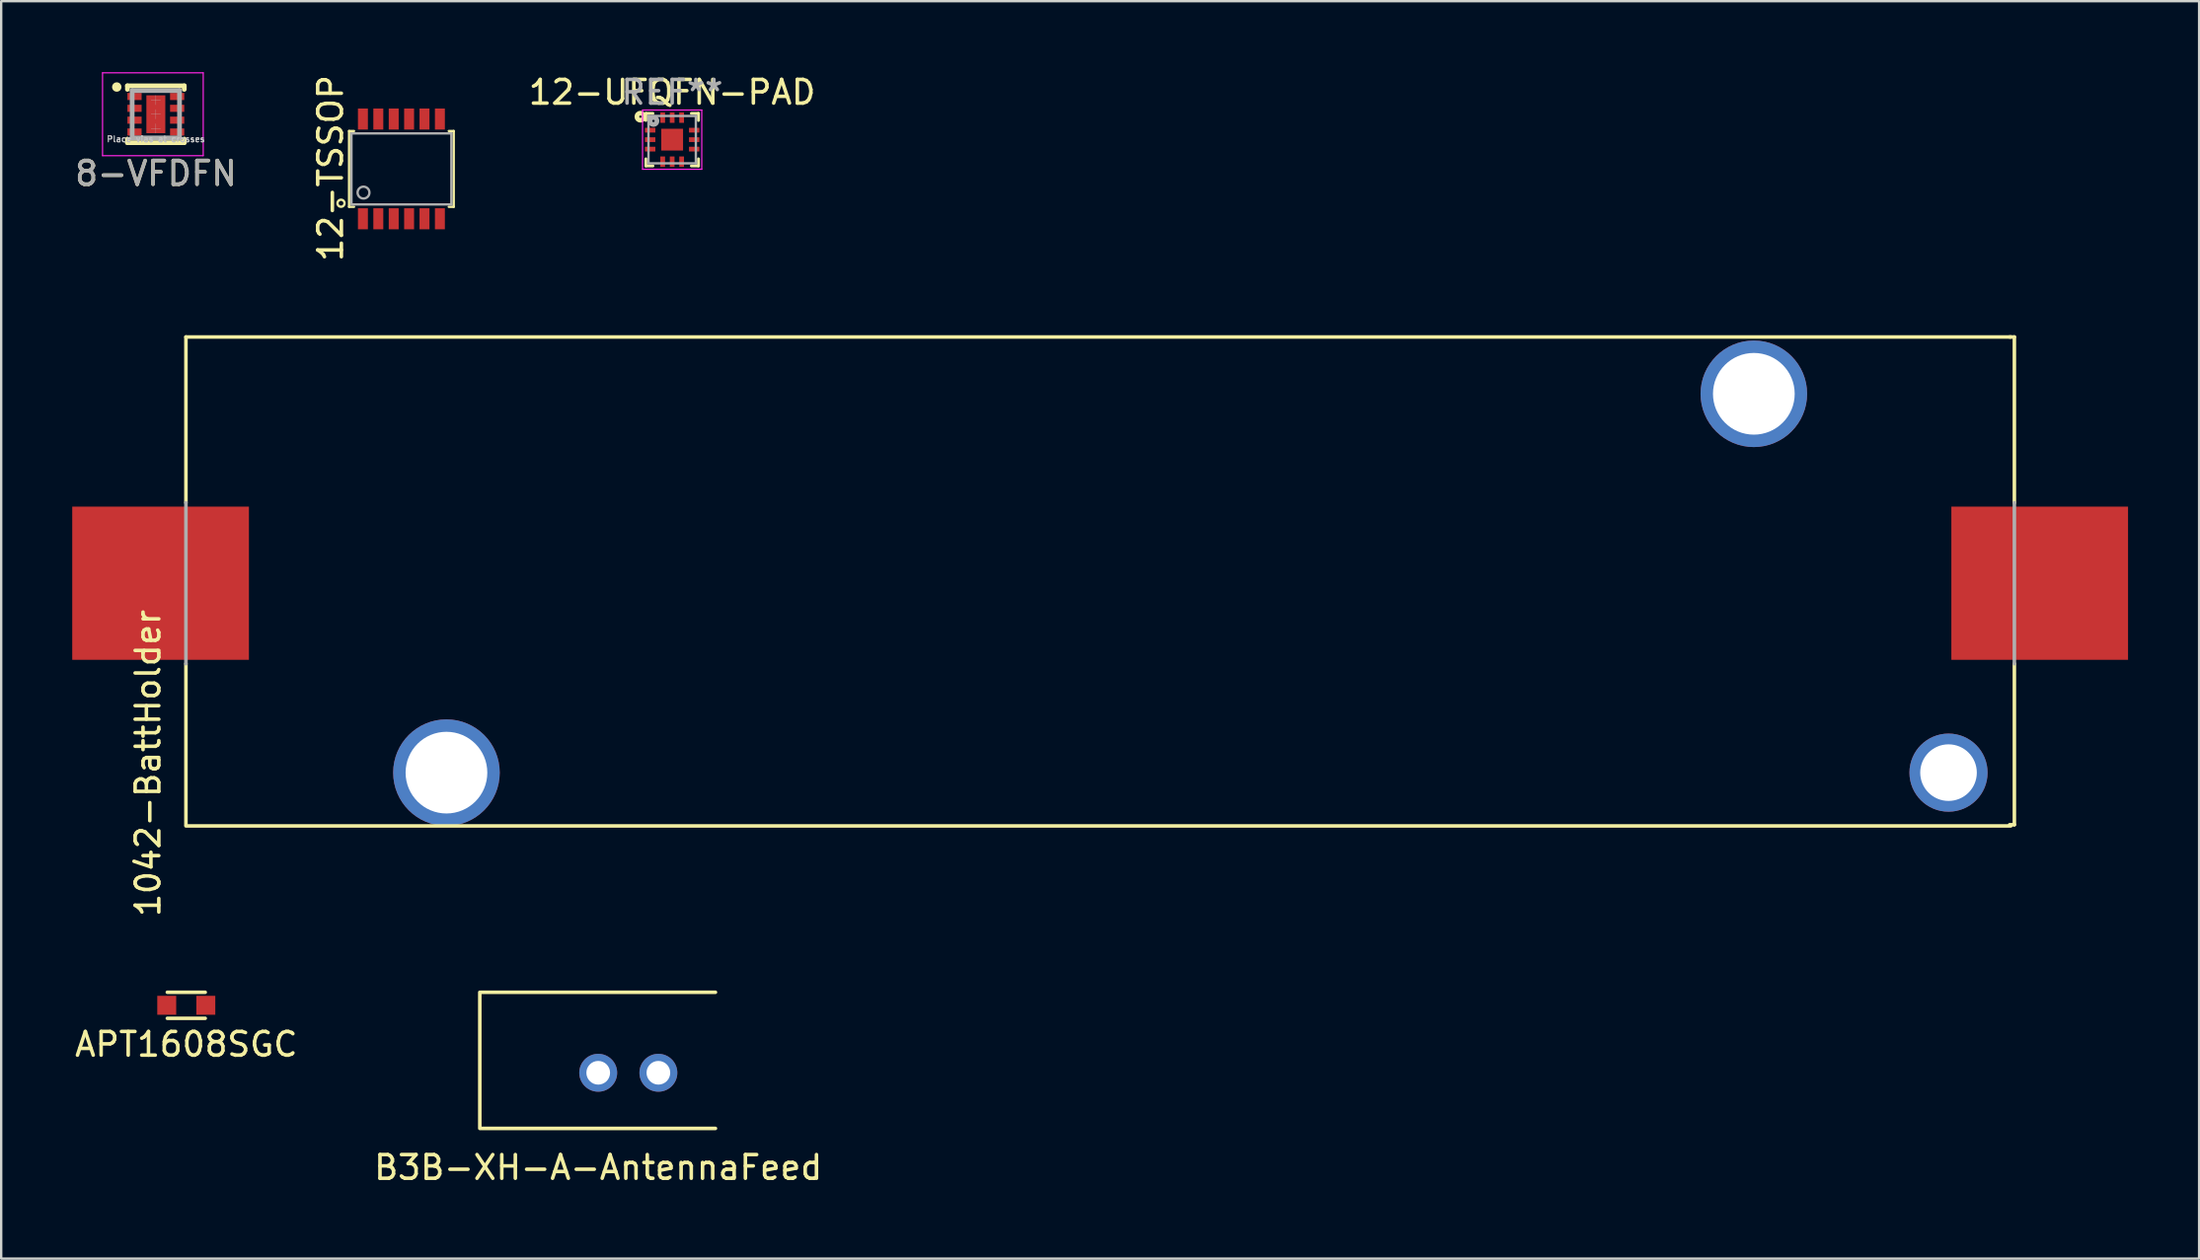
<source format=kicad_pcb>
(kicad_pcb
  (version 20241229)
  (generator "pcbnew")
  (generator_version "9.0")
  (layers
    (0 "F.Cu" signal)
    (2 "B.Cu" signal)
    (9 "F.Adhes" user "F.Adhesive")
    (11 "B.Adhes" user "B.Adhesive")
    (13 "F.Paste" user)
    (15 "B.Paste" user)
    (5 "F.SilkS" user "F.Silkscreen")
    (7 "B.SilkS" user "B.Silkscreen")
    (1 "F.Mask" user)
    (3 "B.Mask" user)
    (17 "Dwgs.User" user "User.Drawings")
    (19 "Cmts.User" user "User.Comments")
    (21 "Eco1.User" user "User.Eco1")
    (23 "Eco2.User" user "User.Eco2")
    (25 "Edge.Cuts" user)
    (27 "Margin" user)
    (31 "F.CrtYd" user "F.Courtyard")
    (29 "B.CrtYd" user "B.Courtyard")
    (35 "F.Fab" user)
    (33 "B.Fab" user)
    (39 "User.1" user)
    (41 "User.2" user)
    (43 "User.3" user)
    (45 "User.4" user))
  (footprint "1042-BattHolder"
    (layer "F.Cu")
    (at 43.4 21.582)
    (property "Reference" "1042-BattHolder" (at -40.2 7.6 270) (layer "F.SilkS") (effects (font (size 1 1) (thickness 0.15))))
    (attr through_hole)
    (fp_line (start -38.6 -10.4) (end 38.45 -10.4) (stroke (width 0.15) (type solid)) (layer "F.SilkS"))
    (fp_line (start -38.6 -3.4) (end -38.6 -10.4) (stroke (width 0.15) (type solid)) (layer "F.SilkS"))
    (fp_line (start -38.6 3.4) (end -38.6 10.2) (stroke (width 0.15) (type solid)) (layer "F.SilkS"))
    (fp_line (start -38.6 10.25) (end 38.45 10.25) (stroke (width 0.15) (type solid)) (layer "F.SilkS"))
    (fp_line (start 38.6 -10.4) (end 38.4 -10.4) (stroke (width 0.15) (type solid)) (layer "F.SilkS"))
    (fp_line (start 38.6 -3.4) (end 38.6 -10.4) (stroke (width 0.15) (type solid)) (layer "F.SilkS"))
    (fp_line (start 38.6 3.4) (end 38.6 10.2) (stroke (width 0.15) (type solid)) (layer "F.SilkS"))
    (fp_line (start 38.6 10.2) (end 38.4 10.2) (stroke (width 0.15) (type solid)) (layer "F.SilkS"))
    (fp_line (start -38.6 -3.4) (end -38.6 3.4) (stroke (width 0.15) (type solid)) (layer "F.Fab"))
    (fp_line (start 38.6 -3.4) (end 38.6 3.4) (stroke (width 0.15) (type solid)) (layer "F.Fab"))
    (pad "" np_thru_hole circle (at -27.6 8) (size 4.5 4.5) (drill 3.45) (layers "*.Cu" "*.Mask"))
    (pad "" np_thru_hole circle (at 27.6 -8) (size 4.5 4.5) (drill 3.45) (layers "*.Cu" "*.Mask"))
    (pad "" np_thru_hole circle (at 35.82 8) (size 3.3 3.3) (drill 2.39) (layers "*.Cu" "*.Mask"))
    (pad "1" smd rect (at -39.67 0) (size 7.46 6.47) (layers "F.Cu" "F.Mask" "F.Paste"))
    (pad "2" smd rect (at 39.67 0) (size 7.46 6.47) (layers "F.Cu" "F.Mask" "F.Paste")))
  (footprint "APT1608SGC"
    (layer "F.Cu")
    (at 4.815 39.408)
    (property "Reference" "APT1608SGC" (at 0 1.65 0) (layer "F.SilkS") (effects (font (size 1 1) (thickness 0.15))))
    (attr through_hole)
    (fp_line (start -0.8 -0.55) (end 0.8 -0.55) (stroke (width 0.15) (type solid)) (layer "F.SilkS"))
    (fp_line (start -0.8 0.55) (end 0.8 0.55) (stroke (width 0.15) (type solid)) (layer "F.SilkS"))
    (pad "1" smd rect (at -0.825 0) (size 0.8 0.8) (layers "F.Cu" "F.Mask" "F.Paste"))
    (pad "2" smd rect (at 0.825 0) (size 0.8 0.8) (layers "F.Cu" "F.Mask" "F.Paste")))
  (footprint "12-UFQFN-PAD"
    (layer "F.Cu")
    (at 25.33 2.848)
    (property "Reference" "12-UFQFN-PAD" (at 0 -2 0) (layer "F.SilkS") (effects (font (size 1 1) (thickness 0.15))))
    (attr through_hole)
    (fp_line (start -1.11 -1.11) (end -1.11 -0.81) (stroke (width 0.12) (type solid)) (layer "F.SilkS"))
    (fp_line (start -1.11 0.81) (end -1.11 1.11) (stroke (width 0.12) (type solid)) (layer "F.SilkS"))
    (fp_line (start -1.11 1.11) (end -0.81 1.11) (stroke (width 0.12) (type solid)) (layer "F.SilkS"))
    (fp_line (start -0.81 -1.11) (end -1.11 -1.11) (stroke (width 0.12) (type solid)) (layer "F.SilkS"))
    (fp_line (start 0.81 1.11) (end 1.11 1.11) (stroke (width 0.12) (type solid)) (layer "F.SilkS"))
    (fp_line (start 1.11 -1.11) (end 0.81 -1.11) (stroke (width 0.12) (type solid)) (layer "F.SilkS"))
    (fp_line (start 1.11 -0.81) (end 1.11 -1.11) (stroke (width 0.12) (type solid)) (layer "F.SilkS"))
    (fp_line (start 1.11 1.11) (end 1.11 0.81) (stroke (width 0.12) (type solid)) (layer "F.SilkS"))
    (fp_circle (center -1.34 -0.97) (end -1.29 -0.97) (stroke (width 0.2) (type solid)) (fill no) (layer "F.SilkS"))
    (fp_line (start -1.25 -1.25) (end 1.25 -1.25) (stroke (width 0.05) (type solid)) (layer "F.CrtYd"))
    (fp_line (start -1.25 1.25) (end -1.25 -1.25) (stroke (width 0.05) (type solid)) (layer "F.CrtYd"))
    (fp_line (start 1.25 -1.25) (end 1.25 1.25) (stroke (width 0.05) (type solid)) (layer "F.CrtYd"))
    (fp_line (start 1.25 1.25) (end -1.25 1.25) (stroke (width 0.05) (type solid)) (layer "F.CrtYd"))
    (fp_line (start -1 -1) (end -1 1) (stroke (width 0.1) (type solid)) (layer "F.Fab"))
    (fp_line (start -1 1) (end 1 1) (stroke (width 0.1) (type solid)) (layer "F.Fab"))
    (fp_line (start 1 -1) (end -1 -1) (stroke (width 0.1) (type solid)) (layer "F.Fab"))
    (fp_line (start 1 1) (end 1 -1) (stroke (width 0.1) (type solid)) (layer "F.Fab"))
    (fp_circle (center -0.79 -0.79) (end -0.74 -0.79) (stroke (width 0.2) (type solid)) (fill no) (layer "F.Fab"))
    (fp_text user "REF**" (at 0 -2 0) (layer "F.Fab") (effects (font (size 1 1) (thickness 0.15))))
    (pad "1" smd rect (at -0.93 -0.4) (size 0.44 0.2) (layers "F.Cu" "F.Mask" "F.Paste"))
    (pad "2" smd rect (at -0.93 0) (size 0.44 0.2) (layers "F.Cu" "F.Mask" "F.Paste"))
    (pad "3" smd rect (at -0.93 0.4) (size 0.44 0.2) (layers "F.Cu" "F.Mask" "F.Paste"))
    (pad "4" smd rect (at -0.4 0.93 90) (size 0.44 0.2) (layers "F.Cu" "F.Mask" "F.Paste"))
    (pad "5" smd rect (at 0 0.93 90) (size 0.44 0.2) (layers "F.Cu" "F.Mask" "F.Paste"))
    (pad "6" smd rect (at 0.4 0.93 90) (size 0.44 0.2) (layers "F.Cu" "F.Mask" "F.Paste"))
    (pad "7" smd rect (at 0.93 0.4) (size 0.44 0.2) (layers "F.Cu" "F.Mask" "F.Paste"))
    (pad "8" smd rect (at 0.93 0) (size 0.44 0.2) (layers "F.Cu" "F.Mask" "F.Paste"))
    (pad "9" smd rect (at 0.93 -0.4) (size 0.44 0.2) (layers "F.Cu" "F.Mask" "F.Paste"))
    (pad "10" smd rect (at 0.4 -0.93 90) (size 0.44 0.2) (layers "F.Cu" "F.Mask" "F.Paste"))
    (pad "11" smd rect (at 0 -0.93 90) (size 0.44 0.2) (layers "F.Cu" "F.Mask" "F.Paste"))
    (pad "12" smd rect (at -0.4 -0.93 90) (size 0.44 0.2) (layers "F.Cu" "F.Mask" "F.Paste"))
    (pad "13" smd rect (at 0 0) (size 0.92 0.92) (layers "F.Cu" "F.Mask" "F.Paste")))
  (footprint "8-VFDFN"
    (layer "F.Cu")
    (at 3.53 1.775)
    (property "Reference" "8-VFDFN" (at 0 2.5 0) (layer "F.SilkS") (effects (font (size 1 1) (thickness 0.15))))
    (attr through_hole)
    (fp_line (start -1.2 -1.2) (end -1.2 -1.05) (stroke (width 0.2) (type solid)) (layer "F.SilkS"))
    (fp_line (start -1.2 -1.2) (end 1.2 -1.2) (stroke (width 0.2) (type solid)) (layer "F.SilkS"))
    (fp_line (start -1.2 1.2) (end -1.2 1.05) (stroke (width 0.2) (type solid)) (layer "F.SilkS"))
    (fp_line (start -1.2 1.2) (end 1.15 1.2) (stroke (width 0.2) (type solid)) (layer "F.SilkS"))
    (fp_line (start 1.15 1.2) (end 1.2 1.2) (stroke (width 0.2) (type solid)) (layer "F.SilkS"))
    (fp_line (start 1.2 -1.2) (end 1.2 -1.05) (stroke (width 0.2) (type solid)) (layer "F.SilkS"))
    (fp_line (start 1.2 1.2) (end 1.2 1.05) (stroke (width 0.2) (type solid)) (layer "F.SilkS"))
    (fp_circle (center -1.65 -1.15) (end -1.55 -1.15) (stroke (width 0.2) (type solid)) (fill no) (layer "F.SilkS"))
    (fp_line (start -0.2 -0.6) (end 0.2 -0.6) (stroke (width 0.01) (type solid)) (layer "Dwgs.User"))
    (fp_line (start -0.2 0) (end 0.2 0) (stroke (width 0.01) (type solid)) (layer "Dwgs.User"))
    (fp_line (start -0.2 0.6) (end 0.2 0.6) (stroke (width 0.01) (type solid)) (layer "Dwgs.User"))
    (fp_line (start 0 -0.8) (end 0 -0.4) (stroke (width 0.01) (type solid)) (layer "Dwgs.User"))
    (fp_line (start 0 -0.2) (end 0 0.2) (stroke (width 0.01) (type solid)) (layer "Dwgs.User"))
    (fp_line (start 0 0.4) (end 0 0.8) (stroke (width 0.01) (type solid)) (layer "Dwgs.User"))
    (fp_line (start -2.25 -1.75) (end -2.25 1.75) (stroke (width 0.05) (type solid)) (layer "F.CrtYd"))
    (fp_line (start -2.25 1.75) (end 2 1.75) (stroke (width 0.05) (type solid)) (layer "F.CrtYd"))
    (fp_line (start 2 -1.75) (end -2.25 -1.75) (stroke (width 0.05) (type solid)) (layer "F.CrtYd"))
    (fp_line (start 2 1.75) (end 2 -1.75) (stroke (width 0.05) (type solid)) (layer "F.CrtYd"))
    (fp_line (start -1 -1) (end 1 -1) (stroke (width 0.2) (type solid)) (layer "F.Fab"))
    (fp_line (start -1 1) (end -1 -1) (stroke (width 0.2) (type solid)) (layer "F.Fab"))
    (fp_line (start 1 -1) (end 1 1) (stroke (width 0.2) (type solid)) (layer "F.Fab"))
    (fp_line (start 1 1) (end -1 1) (stroke (width 0.2) (type solid)) (layer "F.Fab"))
    (fp_text user "Place vias at crosses" (at 0 1.05 0) (layer "Dwgs.User") (effects (font (size 0.25 0.25) (thickness 0.05))))
    (fp_text user "${REFERENCE}" (at 0 2.5 0) (layer "F.Fab") (effects (font (size 1 1) (thickness 0.15))))
    (pad "1" smd rect (at -0.9 -0.75) (size 0.6 0.3) (layers "F.Cu" "F.Mask" "F.Paste"))
    (pad "2" smd rect (at -0.9 -0.25) (size 0.6 0.3) (layers "F.Cu" "F.Mask" "F.Paste"))
    (pad "3" smd rect (at -0.9 0.25) (size 0.6 0.3) (layers "F.Cu" "F.Mask" "F.Paste"))
    (pad "4" smd rect (at -0.9 0.75) (size 0.6 0.3) (layers "F.Cu" "F.Mask" "F.Paste"))
    (pad "5" smd rect (at 0.9 0.75) (size 0.6 0.3) (layers "F.Cu" "F.Mask" "F.Paste"))
    (pad "6" smd rect (at 0.9 0.25) (size 0.6 0.3) (layers "F.Cu" "F.Mask" "F.Paste"))
    (pad "7" smd rect (at 0.9 -0.25) (size 0.6 0.3) (layers "F.Cu" "F.Mask" "F.Paste"))
    (pad "8" smd rect (at 0.9 -0.75) (size 0.6 0.3) (layers "F.Cu" "F.Mask" "F.Paste"))
    (pad "9" smd rect (at 0 0) (size 0.8 1.6) (layers "F.Cu" "F.Mask" "F.Paste")))
  (footprint "12-TSSOP"
    (layer "F.Cu")
    (at 13.898 4.084)
    (property "Reference" "12-TSSOP" (at -2.99 -0.03 90) (layer "F.SilkS") (effects (font (size 1 1) (thickness 0.15))))
    (attr through_hole)
    (fp_line (start -2.209 -1.6) (end -2.209 1.6) (stroke (width 0.1) (type solid)) (layer "F.SilkS"))
    (fp_line (start -2.209 1.6) (end -2 1.6) (stroke (width 0.1) (type solid)) (layer "F.SilkS"))
    (fp_line (start -2 -1.6) (end -2.209 -1.6) (stroke (width 0.1) (type solid)) (layer "F.SilkS"))
    (fp_line (start 2 -1.6) (end 2.209 -1.6) (stroke (width 0.1) (type solid)) (layer "F.SilkS"))
    (fp_line (start 2.209 -1.6) (end 2.209 1.6) (stroke (width 0.1) (type solid)) (layer "F.SilkS"))
    (fp_line (start 2.209 1.6) (end 2 1.6) (stroke (width 0.1) (type solid)) (layer "F.SilkS"))
    (fp_circle (center -2.55 1.45) (end -2.4 1.45) (stroke (width 0.1) (type solid)) (fill no) (layer "F.SilkS"))
    (fp_line (start -2.11 -1.5) (end 2.11 -1.5) (stroke (width 0.1) (type solid)) (layer "F.Fab"))
    (fp_line (start -2.11 1.5) (end -2.11 -1.5) (stroke (width 0.1) (type solid)) (layer "F.Fab"))
    (fp_line (start 2.11 -1.5) (end 2.11 1.5) (stroke (width 0.1) (type solid)) (layer "F.Fab"))
    (fp_line (start 2.11 1.5) (end -2.11 1.5) (stroke (width 0.1) (type solid)) (layer "F.Fab"))
    (fp_circle (center -1.6 1) (end -1.35 1) (stroke (width 0.1) (type solid)) (fill no) (layer "F.Fab"))
    (pad "1" smd rect (at -1.625 2.106) (size 0.42 0.889) (layers "F.Cu" "F.Mask" "F.Paste"))
    (pad "2" smd rect (at -0.975 2.106) (size 0.42 0.889) (layers "F.Cu" "F.Mask" "F.Paste"))
    (pad "3" smd rect (at -0.325 2.106) (size 0.42 0.889) (layers "F.Cu" "F.Mask" "F.Paste"))
    (pad "4" smd rect (at 0.325 2.106) (size 0.42 0.889) (layers "F.Cu" "F.Mask" "F.Paste"))
    (pad "5" smd rect (at 0.975 2.106) (size 0.42 0.889) (layers "F.Cu" "F.Mask" "F.Paste"))
    (pad "6" smd rect (at 1.625 2.106) (size 0.42 0.889) (layers "F.Cu" "F.Mask" "F.Paste"))
    (pad "7" smd rect (at 1.625 -2.106) (size 0.42 0.889) (layers "F.Cu" "F.Mask" "F.Paste"))
    (pad "8" smd rect (at 0.975 -2.106) (size 0.42 0.889) (layers "F.Cu" "F.Mask" "F.Paste"))
    (pad "9" smd rect (at 0.325 -2.106) (size 0.42 0.889) (layers "F.Cu" "F.Mask" "F.Paste"))
    (pad "10" smd rect (at -0.325 -2.106) (size 0.42 0.889) (layers "F.Cu" "F.Mask" "F.Paste"))
    (pad "11" smd rect (at -0.975 -2.106) (size 0.42 0.889) (layers "F.Cu" "F.Mask" "F.Paste"))
    (pad "12" smd rect (at -1.625 -2.106) (size 0.42 0.889) (layers "F.Cu" "F.Mask" "F.Paste")))
  (footprint "B3B-XH-A-AntennaFeed"
    (layer "F.Cu")
    (at 22.208 42.258)
    (property "Reference" "B3B-XH-A-AntennaFeed" (at 0 4 0) (layer "F.SilkS") (effects (font (size 1 1) (thickness 0.15))))
    (attr through_hole)
    (fp_line (start -5 -3.4) (end -5 2.35) (stroke (width 0.15) (type solid)) (layer "F.SilkS"))
    (fp_line (start -4.95 -3.4) (end 4.95 -3.4) (stroke (width 0.15) (type solid)) (layer "F.SilkS"))
    (fp_line (start -4.95 2.35) (end 4.95 2.35) (stroke (width 0.15) (type solid)) (layer "F.SilkS"))
    (pad "1B" thru_hole circle (at 0 0) (size 1.6 1.6) (drill 1) (layers "*.Cu" "*.Mask"))
    (pad "2B" thru_hole circle (at 2.54 0) (size 1.6 1.6) (drill 1) (layers "*.Cu" "*.Mask")))
  (gr_rect
    (start -3 -3)
    (end 89.8 50.107)
    (stroke (width 0.1) (type default))
    (fill no)
    (layer "Edge.Cuts")))
</source>
